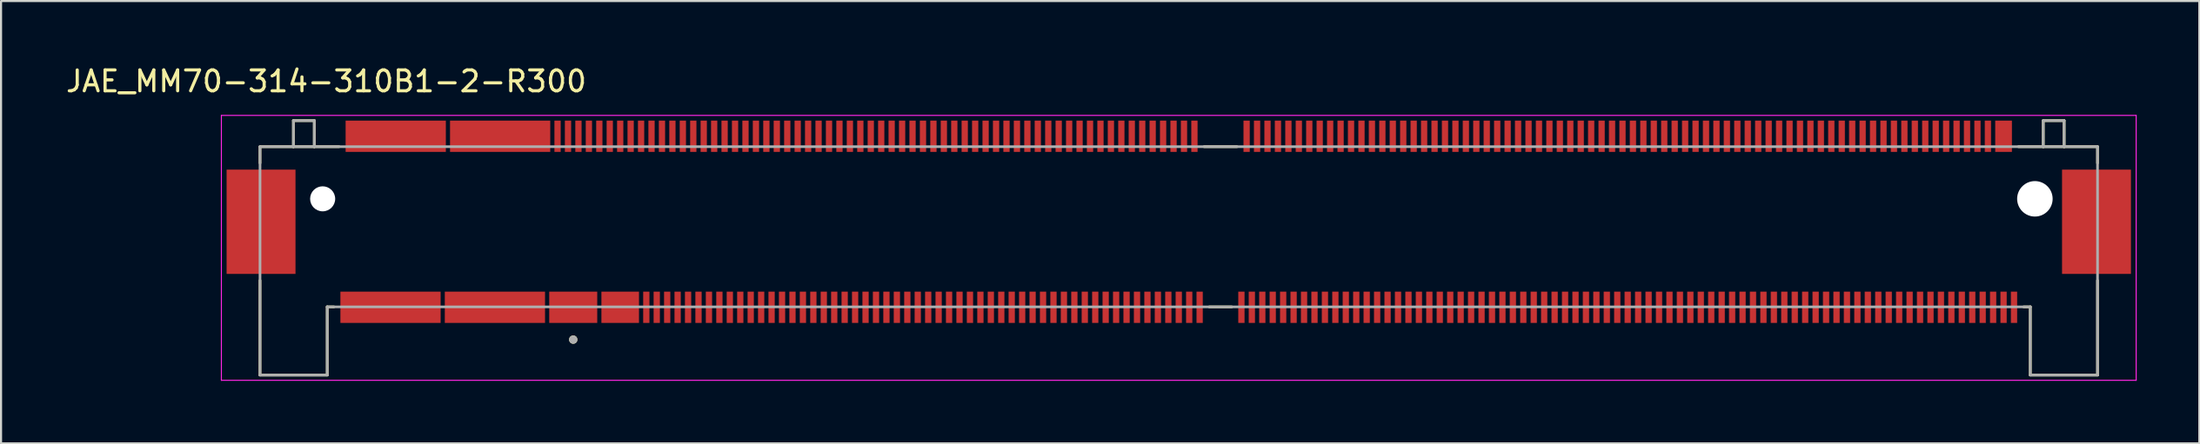
<source format=kicad_pcb>
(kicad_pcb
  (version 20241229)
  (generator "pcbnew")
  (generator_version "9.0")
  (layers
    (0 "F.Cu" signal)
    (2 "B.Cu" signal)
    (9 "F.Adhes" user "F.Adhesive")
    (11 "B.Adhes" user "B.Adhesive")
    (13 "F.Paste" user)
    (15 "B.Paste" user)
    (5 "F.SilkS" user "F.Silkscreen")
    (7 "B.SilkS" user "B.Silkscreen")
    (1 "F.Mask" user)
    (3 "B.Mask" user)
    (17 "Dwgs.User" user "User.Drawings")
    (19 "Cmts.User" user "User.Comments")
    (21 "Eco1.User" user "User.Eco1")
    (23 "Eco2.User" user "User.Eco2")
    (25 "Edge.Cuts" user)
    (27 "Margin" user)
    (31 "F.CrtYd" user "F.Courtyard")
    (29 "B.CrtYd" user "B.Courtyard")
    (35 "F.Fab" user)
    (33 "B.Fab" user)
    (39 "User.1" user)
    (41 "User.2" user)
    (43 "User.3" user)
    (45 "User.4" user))
  (footprint "JAE_MM70-314-310B1-2-R300"
    (layer "F.Cu")
    (at 55.402 6.483)
    (property "Reference" "JAE_MM70-314-310B1-2-R300" (at -42.825 -5.635 0) (layer "F.SilkS") (effects (font (size 1 1) (thickness 0.15))))
    (attr through_hole)
    (fp_line (start -46 -2.5) (end -46 -1.714) (stroke (width 0.127) (type solid)) (layer "F.SilkS"))
    (fp_line (start -46 3.914) (end -46 8.45) (stroke (width 0.127) (type solid)) (layer "F.SilkS"))
    (fp_line (start -46 8.45) (end -42.78 8.45) (stroke (width 0.127) (type solid)) (layer "F.SilkS"))
    (fp_line (start -44.4 -3.75) (end -44.4 -2.5) (stroke (width 0.127) (type solid)) (layer "F.SilkS"))
    (fp_line (start -44.4 -2.5) (end -46 -2.5) (stroke (width 0.127) (type solid)) (layer "F.SilkS"))
    (fp_line (start -43.4 -3.75) (end -44.4 -3.75) (stroke (width 0.127) (type solid)) (layer "F.SilkS"))
    (fp_line (start -43.4 -3.75) (end -43.4 -2.5) (stroke (width 0.127) (type solid)) (layer "F.SilkS"))
    (fp_line (start -43.4 -2.5) (end -44.4 -2.5) (stroke (width 0.127) (type solid)) (layer "F.SilkS"))
    (fp_line (start -42.78 5.18) (end -42.464 5.18) (stroke (width 0.127) (type solid)) (layer "F.SilkS"))
    (fp_line (start -42.78 8.45) (end -42.78 5.18) (stroke (width 0.127) (type solid)) (layer "F.SilkS"))
    (fp_line (start -42.214 -2.5) (end -43.4 -2.5) (stroke (width 0.127) (type solid)) (layer "F.SilkS"))
    (fp_line (start -0.786 -2.5) (end 0.786 -2.5) (stroke (width 0.127) (type solid)) (layer "F.SilkS"))
    (fp_line (start -0.536 5.18) (end 0.536 5.18) (stroke (width 0.127) (type solid)) (layer "F.SilkS"))
    (fp_line (start 38.214 -2.5) (end 39.4 -2.5) (stroke (width 0.127) (type solid)) (layer "F.SilkS"))
    (fp_line (start 38.464 5.18) (end 38.78 5.18) (stroke (width 0.127) (type solid)) (layer "F.SilkS"))
    (fp_line (start 38.78 8.45) (end 38.78 5.18) (stroke (width 0.127) (type solid)) (layer "F.SilkS"))
    (fp_line (start 38.78 8.45) (end 42 8.45) (stroke (width 0.127) (type solid)) (layer "F.SilkS"))
    (fp_line (start 39.4 -3.75) (end 39.4 -2.5) (stroke (width 0.127) (type solid)) (layer "F.SilkS"))
    (fp_line (start 39.4 -3.75) (end 40.4 -3.75) (stroke (width 0.127) (type solid)) (layer "F.SilkS"))
    (fp_line (start 39.4 -2.5) (end 40.4 -2.5) (stroke (width 0.127) (type solid)) (layer "F.SilkS"))
    (fp_line (start 40.4 -3.75) (end 40.4 -2.5) (stroke (width 0.127) (type solid)) (layer "F.SilkS"))
    (fp_line (start 40.4 -2.5) (end 42 -2.5) (stroke (width 0.127) (type solid)) (layer "F.SilkS"))
    (fp_line (start 42 -2.5) (end 42 -1.714) (stroke (width 0.127) (type solid)) (layer "F.SilkS"))
    (fp_line (start 42 8.45) (end 42 3.914) (stroke (width 0.127) (type solid)) (layer "F.SilkS"))
    (fp_circle (center -31 6.75) (end -30.9 6.75) (stroke (width 0.2) (type solid)) (fill no) (layer "F.SilkS"))
    (fp_line (start -47.85 -4) (end 43.85 -4) (stroke (width 0.05) (type solid)) (layer "F.CrtYd"))
    (fp_line (start -47.85 8.7) (end -47.85 -4) (stroke (width 0.05) (type solid)) (layer "F.CrtYd"))
    (fp_line (start 43.85 -4) (end 43.85 8.7) (stroke (width 0.05) (type solid)) (layer "F.CrtYd"))
    (fp_line (start 43.85 8.7) (end -47.85 8.7) (stroke (width 0.05) (type solid)) (layer "F.CrtYd"))
    (fp_line (start -46 -2.5) (end -46 8.45) (stroke (width 0.127) (type solid)) (layer "F.Fab"))
    (fp_line (start -46 8.45) (end -42.78 8.45) (stroke (width 0.127) (type solid)) (layer "F.Fab"))
    (fp_line (start -44.4 -3.75) (end -44.4 -2.5) (stroke (width 0.127) (type solid)) (layer "F.Fab"))
    (fp_line (start -44.4 -2.5) (end -46 -2.5) (stroke (width 0.127) (type solid)) (layer "F.Fab"))
    (fp_line (start -43.4 -3.75) (end -44.4 -3.75) (stroke (width 0.127) (type solid)) (layer "F.Fab"))
    (fp_line (start -43.4 -2.5) (end -44.4 -2.5) (stroke (width 0.127) (type solid)) (layer "F.Fab"))
    (fp_line (start -43.4 -2.5) (end -43.4 -3.75) (stroke (width 0.127) (type solid)) (layer "F.Fab"))
    (fp_line (start -42.78 5.18) (end 38.78 5.18) (stroke (width 0.127) (type solid)) (layer "F.Fab"))
    (fp_line (start -42.78 8.45) (end -42.78 5.18) (stroke (width 0.127) (type solid)) (layer "F.Fab"))
    (fp_line (start 38.78 5.18) (end 38.78 8.45) (stroke (width 0.127) (type solid)) (layer "F.Fab"))
    (fp_line (start 38.78 8.45) (end 42 8.45) (stroke (width 0.127) (type solid)) (layer "F.Fab"))
    (fp_line (start 39.4 -3.75) (end 39.4 -2.5) (stroke (width 0.127) (type solid)) (layer "F.Fab"))
    (fp_line (start 39.4 -2.5) (end -43.4 -2.5) (stroke (width 0.127) (type solid)) (layer "F.Fab"))
    (fp_line (start 40.4 -3.75) (end 39.4 -3.75) (stroke (width 0.127) (type solid)) (layer "F.Fab"))
    (fp_line (start 40.4 -2.5) (end 39.4 -2.5) (stroke (width 0.127) (type solid)) (layer "F.Fab"))
    (fp_line (start 40.4 -2.5) (end 40.4 -3.75) (stroke (width 0.127) (type solid)) (layer "F.Fab"))
    (fp_line (start 42 -2.5) (end 40.4 -2.5) (stroke (width 0.127) (type solid)) (layer "F.Fab"))
    (fp_line (start 42 8.45) (end 42 -2.5) (stroke (width 0.127) (type solid)) (layer "F.Fab"))
    (fp_circle (center -31 6.75) (end -30.9 6.75) (stroke (width 0.2) (type solid)) (fill no) (layer "F.Fab"))
    (pad "" np_thru_hole circle (at -43 0) (size 1.2 1.2) (drill 1.2) (layers "*.Cu" "*.Mask"))
    (pad "" np_thru_hole circle (at 39 0) (size 1.7 1.7) (drill 1.7) (layers "*.Cu" "*.Mask"))
    (pad "1" smd rect (at -31 5.2) (size 2.3 1.5) (layers "F.Cu" "F.Mask" "F.Paste"))
    (pad "2" smd rect (at -31.75 -3) (size 0.3 1.5) (layers "F.Cu" "F.Mask" "F.Paste"))
    (pad "4" smd rect (at -31.25 -3) (size 0.3 1.5) (layers "F.Cu" "F.Mask" "F.Paste"))
    (pad "6" smd rect (at -30.75 -3) (size 0.3 1.5) (layers "F.Cu" "F.Mask" "F.Paste"))
    (pad "8" smd rect (at -30.25 -3) (size 0.3 1.5) (layers "F.Cu" "F.Mask" "F.Paste"))
    (pad "10" smd rect (at -29.75 -3) (size 0.3 1.5) (layers "F.Cu" "F.Mask" "F.Paste"))
    (pad "11" smd rect (at -28.75 5.2) (size 1.8 1.5) (layers "F.Cu" "F.Mask" "F.Paste"))
    (pad "12" smd rect (at -29.25 -3) (size 0.3 1.5) (layers "F.Cu" "F.Mask" "F.Paste"))
    (pad "14" smd rect (at -28.75 -3) (size 0.3 1.5) (layers "F.Cu" "F.Mask" "F.Paste"))
    (pad "16" smd rect (at -28.25 -3) (size 0.3 1.5) (layers "F.Cu" "F.Mask" "F.Paste"))
    (pad "18" smd rect (at -27.75 -3) (size 0.3 1.5) (layers "F.Cu" "F.Mask" "F.Paste"))
    (pad "19" smd rect (at -27.5 5.2) (size 0.3 1.5) (layers "F.Cu" "F.Mask" "F.Paste"))
    (pad "20" smd rect (at -27.25 -3) (size 0.3 1.5) (layers "F.Cu" "F.Mask" "F.Paste"))
    (pad "21" smd rect (at -27 5.2) (size 0.3 1.5) (layers "F.Cu" "F.Mask" "F.Paste"))
    (pad "22" smd rect (at -26.75 -3) (size 0.3 1.5) (layers "F.Cu" "F.Mask" "F.Paste"))
    (pad "23" smd rect (at -26.5 5.2) (size 0.3 1.5) (layers "F.Cu" "F.Mask" "F.Paste"))
    (pad "24" smd rect (at -26.25 -3) (size 0.3 1.5) (layers "F.Cu" "F.Mask" "F.Paste"))
    (pad "25" smd rect (at -26 5.2) (size 0.3 1.5) (layers "F.Cu" "F.Mask" "F.Paste"))
    (pad "26" smd rect (at -25.75 -3) (size 0.3 1.5) (layers "F.Cu" "F.Mask" "F.Paste"))
    (pad "27" smd rect (at -25.5 5.2) (size 0.3 1.5) (layers "F.Cu" "F.Mask" "F.Paste"))
    (pad "28" smd rect (at -25.25 -3) (size 0.3 1.5) (layers "F.Cu" "F.Mask" "F.Paste"))
    (pad "29" smd rect (at -25 5.2) (size 0.3 1.5) (layers "F.Cu" "F.Mask" "F.Paste"))
    (pad "30" smd rect (at -24.75 -3) (size 0.3 1.5) (layers "F.Cu" "F.Mask" "F.Paste"))
    (pad "31" smd rect (at -24.5 5.2) (size 0.3 1.5) (layers "F.Cu" "F.Mask" "F.Paste"))
    (pad "32" smd rect (at -24.25 -3) (size 0.3 1.5) (layers "F.Cu" "F.Mask" "F.Paste"))
    (pad "33" smd rect (at -24 5.2) (size 0.3 1.5) (layers "F.Cu" "F.Mask" "F.Paste"))
    (pad "34" smd rect (at -23.75 -3) (size 0.3 1.5) (layers "F.Cu" "F.Mask" "F.Paste"))
    (pad "35" smd rect (at -23.5 5.2) (size 0.3 1.5) (layers "F.Cu" "F.Mask" "F.Paste"))
    (pad "36" smd rect (at -23.25 -3) (size 0.3 1.5) (layers "F.Cu" "F.Mask" "F.Paste"))
    (pad "37" smd rect (at -23 5.2) (size 0.3 1.5) (layers "F.Cu" "F.Mask" "F.Paste"))
    (pad "38" smd rect (at -22.75 -3) (size 0.3 1.5) (layers "F.Cu" "F.Mask" "F.Paste"))
    (pad "39" smd rect (at -22.5 5.2) (size 0.3 1.5) (layers "F.Cu" "F.Mask" "F.Paste"))
    (pad "40" smd rect (at -22.25 -3) (size 0.3 1.5) (layers "F.Cu" "F.Mask" "F.Paste"))
    (pad "41" smd rect (at -22 5.2) (size 0.3 1.5) (layers "F.Cu" "F.Mask" "F.Paste"))
    (pad "42" smd rect (at -21.75 -3) (size 0.3 1.5) (layers "F.Cu" "F.Mask" "F.Paste"))
    (pad "43" smd rect (at -21.5 5.2) (size 0.3 1.5) (layers "F.Cu" "F.Mask" "F.Paste"))
    (pad "44" smd rect (at -21.25 -3) (size 0.3 1.5) (layers "F.Cu" "F.Mask" "F.Paste"))
    (pad "45" smd rect (at -21 5.2) (size 0.3 1.5) (layers "F.Cu" "F.Mask" "F.Paste"))
    (pad "46" smd rect (at -20.75 -3) (size 0.3 1.5) (layers "F.Cu" "F.Mask" "F.Paste"))
    (pad "47" smd rect (at -20.5 5.2) (size 0.3 1.5) (layers "F.Cu" "F.Mask" "F.Paste"))
    (pad "48" smd rect (at -20.25 -3) (size 0.3 1.5) (layers "F.Cu" "F.Mask" "F.Paste"))
    (pad "49" smd rect (at -20 5.2) (size 0.3 1.5) (layers "F.Cu" "F.Mask" "F.Paste"))
    (pad "50" smd rect (at -19.75 -3) (size 0.3 1.5) (layers "F.Cu" "F.Mask" "F.Paste"))
    (pad "51" smd rect (at -19.5 5.2) (size 0.3 1.5) (layers "F.Cu" "F.Mask" "F.Paste"))
    (pad "52" smd rect (at -19.25 -3) (size 0.3 1.5) (layers "F.Cu" "F.Mask" "F.Paste"))
    (pad "53" smd rect (at -19 5.2) (size 0.3 1.5) (layers "F.Cu" "F.Mask" "F.Paste"))
    (pad "54" smd rect (at -18.75 -3) (size 0.3 1.5) (layers "F.Cu" "F.Mask" "F.Paste"))
    (pad "55" smd rect (at -18.5 5.2) (size 0.3 1.5) (layers "F.Cu" "F.Mask" "F.Paste"))
    (pad "56" smd rect (at -18.25 -3) (size 0.3 1.5) (layers "F.Cu" "F.Mask" "F.Paste"))
    (pad "57" smd rect (at -18 5.2) (size 0.3 1.5) (layers "F.Cu" "F.Mask" "F.Paste"))
    (pad "58" smd rect (at -17.75 -3) (size 0.3 1.5) (layers "F.Cu" "F.Mask" "F.Paste"))
    (pad "59" smd rect (at -17.5 5.2) (size 0.3 1.5) (layers "F.Cu" "F.Mask" "F.Paste"))
    (pad "60" smd rect (at -17.25 -3) (size 0.3 1.5) (layers "F.Cu" "F.Mask" "F.Paste"))
    (pad "61" smd rect (at -17 5.2) (size 0.3 1.5) (layers "F.Cu" "F.Mask" "F.Paste"))
    (pad "62" smd rect (at -16.75 -3) (size 0.3 1.5) (layers "F.Cu" "F.Mask" "F.Paste"))
    (pad "63" smd rect (at -16.5 5.2) (size 0.3 1.5) (layers "F.Cu" "F.Mask" "F.Paste"))
    (pad "64" smd rect (at -16.25 -3) (size 0.3 1.5) (layers "F.Cu" "F.Mask" "F.Paste"))
    (pad "65" smd rect (at -16 5.2) (size 0.3 1.5) (layers "F.Cu" "F.Mask" "F.Paste"))
    (pad "66" smd rect (at -15.75 -3) (size 0.3 1.5) (layers "F.Cu" "F.Mask" "F.Paste"))
    (pad "67" smd rect (at -15.5 5.2) (size 0.3 1.5) (layers "F.Cu" "F.Mask" "F.Paste"))
    (pad "68" smd rect (at -15.25 -3) (size 0.3 1.5) (layers "F.Cu" "F.Mask" "F.Paste"))
    (pad "69" smd rect (at -15 5.2) (size 0.3 1.5) (layers "F.Cu" "F.Mask" "F.Paste"))
    (pad "70" smd rect (at -14.75 -3) (size 0.3 1.5) (layers "F.Cu" "F.Mask" "F.Paste"))
    (pad "71" smd rect (at -14.5 5.2) (size 0.3 1.5) (layers "F.Cu" "F.Mask" "F.Paste"))
    (pad "72" smd rect (at -14.25 -3) (size 0.3 1.5) (layers "F.Cu" "F.Mask" "F.Paste"))
    (pad "73" smd rect (at -14 5.2) (size 0.3 1.5) (layers "F.Cu" "F.Mask" "F.Paste"))
    (pad "74" smd rect (at -13.75 -3) (size 0.3 1.5) (layers "F.Cu" "F.Mask" "F.Paste"))
    (pad "75" smd rect (at -13.5 5.2) (size 0.3 1.5) (layers "F.Cu" "F.Mask" "F.Paste"))
    (pad "76" smd rect (at -13.25 -3) (size 0.3 1.5) (layers "F.Cu" "F.Mask" "F.Paste"))
    (pad "77" smd rect (at -13 5.2) (size 0.3 1.5) (layers "F.Cu" "F.Mask" "F.Paste"))
    (pad "78" smd rect (at -12.75 -3) (size 0.3 1.5) (layers "F.Cu" "F.Mask" "F.Paste"))
    (pad "79" smd rect (at -12.5 5.2) (size 0.3 1.5) (layers "F.Cu" "F.Mask" "F.Paste"))
    (pad "80" smd rect (at -12.25 -3) (size 0.3 1.5) (layers "F.Cu" "F.Mask" "F.Paste"))
    (pad "81" smd rect (at -12 5.2) (size 0.3 1.5) (layers "F.Cu" "F.Mask" "F.Paste"))
    (pad "82" smd rect (at -11.75 -3) (size 0.3 1.5) (layers "F.Cu" "F.Mask" "F.Paste"))
    (pad "83" smd rect (at -11.5 5.2) (size 0.3 1.5) (layers "F.Cu" "F.Mask" "F.Paste"))
    (pad "84" smd rect (at -11.25 -3) (size 0.3 1.5) (layers "F.Cu" "F.Mask" "F.Paste"))
    (pad "85" smd rect (at -11 5.2) (size 0.3 1.5) (layers "F.Cu" "F.Mask" "F.Paste"))
    (pad "86" smd rect (at -10.75 -3) (size 0.3 1.5) (layers "F.Cu" "F.Mask" "F.Paste"))
    (pad "87" smd rect (at -10.5 5.2) (size 0.3 1.5) (layers "F.Cu" "F.Mask" "F.Paste"))
    (pad "88" smd rect (at -10.25 -3) (size 0.3 1.5) (layers "F.Cu" "F.Mask" "F.Paste"))
    (pad "89" smd rect (at -10 5.2) (size 0.3 1.5) (layers "F.Cu" "F.Mask" "F.Paste"))
    (pad "90" smd rect (at -9.75 -3) (size 0.3 1.5) (layers "F.Cu" "F.Mask" "F.Paste"))
    (pad "91" smd rect (at -9.5 5.2) (size 0.3 1.5) (layers "F.Cu" "F.Mask" "F.Paste"))
    (pad "92" smd rect (at -9.25 -3) (size 0.3 1.5) (layers "F.Cu" "F.Mask" "F.Paste"))
    (pad "93" smd rect (at -9 5.2) (size 0.3 1.5) (layers "F.Cu" "F.Mask" "F.Paste"))
    (pad "94" smd rect (at -8.75 -3) (size 0.3 1.5) (layers "F.Cu" "F.Mask" "F.Paste"))
    (pad "95" smd rect (at -8.5 5.2) (size 0.3 1.5) (layers "F.Cu" "F.Mask" "F.Paste"))
    (pad "96" smd rect (at -8.25 -3) (size 0.3 1.5) (layers "F.Cu" "F.Mask" "F.Paste"))
    (pad "97" smd rect (at -8 5.2) (size 0.3 1.5) (layers "F.Cu" "F.Mask" "F.Paste"))
    (pad "98" smd rect (at -7.75 -3) (size 0.3 1.5) (layers "F.Cu" "F.Mask" "F.Paste"))
    (pad "99" smd rect (at -7.5 5.2) (size 0.3 1.5) (layers "F.Cu" "F.Mask" "F.Paste"))
    (pad "100" smd rect (at -7.25 -3) (size 0.3 1.5) (layers "F.Cu" "F.Mask" "F.Paste"))
    (pad "101" smd rect (at -7 5.2) (size 0.3 1.5) (layers "F.Cu" "F.Mask" "F.Paste"))
    (pad "102" smd rect (at -6.75 -3) (size 0.3 1.5) (layers "F.Cu" "F.Mask" "F.Paste"))
    (pad "103" smd rect (at -6.5 5.2) (size 0.3 1.5) (layers "F.Cu" "F.Mask" "F.Paste"))
    (pad "104" smd rect (at -6.25 -3) (size 0.3 1.5) (layers "F.Cu" "F.Mask" "F.Paste"))
    (pad "105" smd rect (at -6 5.2) (size 0.3 1.5) (layers "F.Cu" "F.Mask" "F.Paste"))
    (pad "106" smd rect (at -5.75 -3) (size 0.3 1.5) (layers "F.Cu" "F.Mask" "F.Paste"))
    (pad "107" smd rect (at -5.5 5.2) (size 0.3 1.5) (layers "F.Cu" "F.Mask" "F.Paste"))
    (pad "108" smd rect (at -5.25 -3) (size 0.3 1.5) (layers "F.Cu" "F.Mask" "F.Paste"))
    (pad "109" smd rect (at -5 5.2) (size 0.3 1.5) (layers "F.Cu" "F.Mask" "F.Paste"))
    (pad "110" smd rect (at -4.75 -3) (size 0.3 1.5) (layers "F.Cu" "F.Mask" "F.Paste"))
    (pad "111" smd rect (at -4.5 5.2) (size 0.3 1.5) (layers "F.Cu" "F.Mask" "F.Paste"))
    (pad "112" smd rect (at -4.25 -3) (size 0.3 1.5) (layers "F.Cu" "F.Mask" "F.Paste"))
    (pad "113" smd rect (at -4 5.2) (size 0.3 1.5) (layers "F.Cu" "F.Mask" "F.Paste"))
    (pad "114" smd rect (at -3.75 -3) (size 0.3 1.5) (layers "F.Cu" "F.Mask" "F.Paste"))
    (pad "115" smd rect (at -3.5 5.2) (size 0.3 1.5) (layers "F.Cu" "F.Mask" "F.Paste"))
    (pad "116" smd rect (at -3.25 -3) (size 0.3 1.5) (layers "F.Cu" "F.Mask" "F.Paste"))
    (pad "117" smd rect (at -3 5.2) (size 0.3 1.5) (layers "F.Cu" "F.Mask" "F.Paste"))
    (pad "118" smd rect (at -2.75 -3) (size 0.3 1.5) (layers "F.Cu" "F.Mask" "F.Paste"))
    (pad "119" smd rect (at -2.5 5.2) (size 0.3 1.5) (layers "F.Cu" "F.Mask" "F.Paste"))
    (pad "120" smd rect (at -2.25 -3) (size 0.3 1.5) (layers "F.Cu" "F.Mask" "F.Paste"))
    (pad "121" smd rect (at -2 5.2) (size 0.3 1.5) (layers "F.Cu" "F.Mask" "F.Paste"))
    (pad "122" smd rect (at -1.75 -3) (size 0.3 1.5) (layers "F.Cu" "F.Mask" "F.Paste"))
    (pad "123" smd rect (at -1.5 5.2) (size 0.3 1.5) (layers "F.Cu" "F.Mask" "F.Paste"))
    (pad "124" smd rect (at -1.25 -3) (size 0.3 1.5) (layers "F.Cu" "F.Mask" "F.Paste"))
    (pad "125" smd rect (at -1 5.2) (size 0.3 1.5) (layers "F.Cu" "F.Mask" "F.Paste"))
    (pad "133" smd rect (at 1 5.2) (size 0.3 1.5) (layers "F.Cu" "F.Mask" "F.Paste"))
    (pad "134" smd rect (at 1.25 -3) (size 0.3 1.5) (layers "F.Cu" "F.Mask" "F.Paste"))
    (pad "135" smd rect (at 1.5 5.2) (size 0.3 1.5) (layers "F.Cu" "F.Mask" "F.Paste"))
    (pad "136" smd rect (at 1.75 -3) (size 0.3 1.5) (layers "F.Cu" "F.Mask" "F.Paste"))
    (pad "137" smd rect (at 2 5.2) (size 0.3 1.5) (layers "F.Cu" "F.Mask" "F.Paste"))
    (pad "138" smd rect (at 2.25 -3) (size 0.3 1.5) (layers "F.Cu" "F.Mask" "F.Paste"))
    (pad "139" smd rect (at 2.5 5.2) (size 0.3 1.5) (layers "F.Cu" "F.Mask" "F.Paste"))
    (pad "140" smd rect (at 2.75 -3) (size 0.3 1.5) (layers "F.Cu" "F.Mask" "F.Paste"))
    (pad "141" smd rect (at 3 5.2) (size 0.3 1.5) (layers "F.Cu" "F.Mask" "F.Paste"))
    (pad "142" smd rect (at 3.25 -3) (size 0.3 1.5) (layers "F.Cu" "F.Mask" "F.Paste"))
    (pad "143" smd rect (at 3.5 5.2) (size 0.3 1.5) (layers "F.Cu" "F.Mask" "F.Paste"))
    (pad "144" smd rect (at 3.75 -3) (size 0.3 1.5) (layers "F.Cu" "F.Mask" "F.Paste"))
    (pad "145" smd rect (at 4 5.2) (size 0.3 1.5) (layers "F.Cu" "F.Mask" "F.Paste"))
    (pad "146" smd rect (at 4.25 -3) (size 0.3 1.5) (layers "F.Cu" "F.Mask" "F.Paste"))
    (pad "147" smd rect (at 4.5 5.2) (size 0.3 1.5) (layers "F.Cu" "F.Mask" "F.Paste"))
    (pad "148" smd rect (at 4.75 -3) (size 0.3 1.5) (layers "F.Cu" "F.Mask" "F.Paste"))
    (pad "149" smd rect (at 5 5.2) (size 0.3 1.5) (layers "F.Cu" "F.Mask" "F.Paste"))
    (pad "150" smd rect (at 5.25 -3) (size 0.3 1.5) (layers "F.Cu" "F.Mask" "F.Paste"))
    (pad "151" smd rect (at 5.5 5.2) (size 0.3 1.5) (layers "F.Cu" "F.Mask" "F.Paste"))
    (pad "152" smd rect (at 5.75 -3) (size 0.3 1.5) (layers "F.Cu" "F.Mask" "F.Paste"))
    (pad "153" smd rect (at 6 5.2) (size 0.3 1.5) (layers "F.Cu" "F.Mask" "F.Paste"))
    (pad "154" smd rect (at 6.25 -3) (size 0.3 1.5) (layers "F.Cu" "F.Mask" "F.Paste"))
    (pad "155" smd rect (at 6.5 5.2) (size 0.3 1.5) (layers "F.Cu" "F.Mask" "F.Paste"))
    (pad "156" smd rect (at 6.75 -3) (size 0.3 1.5) (layers "F.Cu" "F.Mask" "F.Paste"))
    (pad "157" smd rect (at 7 5.2) (size 0.3 1.5) (layers "F.Cu" "F.Mask" "F.Paste"))
    (pad "158" smd rect (at 7.25 -3) (size 0.3 1.5) (layers "F.Cu" "F.Mask" "F.Paste"))
    (pad "159" smd rect (at 7.5 5.2) (size 0.3 1.5) (layers "F.Cu" "F.Mask" "F.Paste"))
    (pad "160" smd rect (at 7.75 -3) (size 0.3 1.5) (layers "F.Cu" "F.Mask" "F.Paste"))
    (pad "161" smd rect (at 8 5.2) (size 0.3 1.5) (layers "F.Cu" "F.Mask" "F.Paste"))
    (pad "162" smd rect (at 8.25 -3) (size 0.3 1.5) (layers "F.Cu" "F.Mask" "F.Paste"))
    (pad "163" smd rect (at 8.5 5.2) (size 0.3 1.5) (layers "F.Cu" "F.Mask" "F.Paste"))
    (pad "164" smd rect (at 8.75 -3) (size 0.3 1.5) (layers "F.Cu" "F.Mask" "F.Paste"))
    (pad "165" smd rect (at 9 5.2) (size 0.3 1.5) (layers "F.Cu" "F.Mask" "F.Paste"))
    (pad "166" smd rect (at 9.25 -3) (size 0.3 1.5) (layers "F.Cu" "F.Mask" "F.Paste"))
    (pad "167" smd rect (at 9.5 5.2) (size 0.3 1.5) (layers "F.Cu" "F.Mask" "F.Paste"))
    (pad "168" smd rect (at 9.75 -3) (size 0.3 1.5) (layers "F.Cu" "F.Mask" "F.Paste"))
    (pad "169" smd rect (at 10 5.2) (size 0.3 1.5) (layers "F.Cu" "F.Mask" "F.Paste"))
    (pad "170" smd rect (at 10.25 -3) (size 0.3 1.5) (layers "F.Cu" "F.Mask" "F.Paste"))
    (pad "171" smd rect (at 10.5 5.2) (size 0.3 1.5) (layers "F.Cu" "F.Mask" "F.Paste"))
    (pad "172" smd rect (at 10.75 -3) (size 0.3 1.5) (layers "F.Cu" "F.Mask" "F.Paste"))
    (pad "173" smd rect (at 11 5.2) (size 0.3 1.5) (layers "F.Cu" "F.Mask" "F.Paste"))
    (pad "174" smd rect (at 11.25 -3) (size 0.3 1.5) (layers "F.Cu" "F.Mask" "F.Paste"))
    (pad "175" smd rect (at 11.5 5.2) (size 0.3 1.5) (layers "F.Cu" "F.Mask" "F.Paste"))
    (pad "176" smd rect (at 11.75 -3) (size 0.3 1.5) (layers "F.Cu" "F.Mask" "F.Paste"))
    (pad "177" smd rect (at 12 5.2) (size 0.3 1.5) (layers "F.Cu" "F.Mask" "F.Paste"))
    (pad "178" smd rect (at 12.25 -3) (size 0.3 1.5) (layers "F.Cu" "F.Mask" "F.Paste"))
    (pad "179" smd rect (at 12.5 5.2) (size 0.3 1.5) (layers "F.Cu" "F.Mask" "F.Paste"))
    (pad "180" smd rect (at 12.75 -3) (size 0.3 1.5) (layers "F.Cu" "F.Mask" "F.Paste"))
    (pad "181" smd rect (at 13 5.2) (size 0.3 1.5) (layers "F.Cu" "F.Mask" "F.Paste"))
    (pad "182" smd rect (at 13.25 -3) (size 0.3 1.5) (layers "F.Cu" "F.Mask" "F.Paste"))
    (pad "183" smd rect (at 13.5 5.2) (size 0.3 1.5) (layers "F.Cu" "F.Mask" "F.Paste"))
    (pad "184" smd rect (at 13.75 -3) (size 0.3 1.5) (layers "F.Cu" "F.Mask" "F.Paste"))
    (pad "185" smd rect (at 14 5.2) (size 0.3 1.5) (layers "F.Cu" "F.Mask" "F.Paste"))
    (pad "186" smd rect (at 14.25 -3) (size 0.3 1.5) (layers "F.Cu" "F.Mask" "F.Paste"))
    (pad "187" smd rect (at 14.5 5.2) (size 0.3 1.5) (layers "F.Cu" "F.Mask" "F.Paste"))
    (pad "188" smd rect (at 14.75 -3) (size 0.3 1.5) (layers "F.Cu" "F.Mask" "F.Paste"))
    (pad "189" smd rect (at 15 5.2) (size 0.3 1.5) (layers "F.Cu" "F.Mask" "F.Paste"))
    (pad "190" smd rect (at 15.25 -3) (size 0.3 1.5) (layers "F.Cu" "F.Mask" "F.Paste"))
    (pad "191" smd rect (at 15.5 5.2) (size 0.3 1.5) (layers "F.Cu" "F.Mask" "F.Paste"))
    (pad "192" smd rect (at 15.75 -3) (size 0.3 1.5) (layers "F.Cu" "F.Mask" "F.Paste"))
    (pad "193" smd rect (at 16 5.2) (size 0.3 1.5) (layers "F.Cu" "F.Mask" "F.Paste"))
    (pad "194" smd rect (at 16.25 -3) (size 0.3 1.5) (layers "F.Cu" "F.Mask" "F.Paste"))
    (pad "195" smd rect (at 16.5 5.2) (size 0.3 1.5) (layers "F.Cu" "F.Mask" "F.Paste"))
    (pad "196" smd rect (at 16.75 -3) (size 0.3 1.5) (layers "F.Cu" "F.Mask" "F.Paste"))
    (pad "197" smd rect (at 17 5.2) (size 0.3 1.5) (layers "F.Cu" "F.Mask" "F.Paste"))
    (pad "198" smd rect (at 17.25 -3) (size 0.3 1.5) (layers "F.Cu" "F.Mask" "F.Paste"))
    (pad "199" smd rect (at 17.5 5.2) (size 0.3 1.5) (layers "F.Cu" "F.Mask" "F.Paste"))
    (pad "200" smd rect (at 17.75 -3) (size 0.3 1.5) (layers "F.Cu" "F.Mask" "F.Paste"))
    (pad "201" smd rect (at 18 5.2) (size 0.3 1.5) (layers "F.Cu" "F.Mask" "F.Paste"))
    (pad "202" smd rect (at 18.25 -3) (size 0.3 1.5) (layers "F.Cu" "F.Mask" "F.Paste"))
    (pad "203" smd rect (at 18.5 5.2) (size 0.3 1.5) (layers "F.Cu" "F.Mask" "F.Paste"))
    (pad "204" smd rect (at 18.75 -3) (size 0.3 1.5) (layers "F.Cu" "F.Mask" "F.Paste"))
    (pad "205" smd rect (at 19 5.2) (size 0.3 1.5) (layers "F.Cu" "F.Mask" "F.Paste"))
    (pad "206" smd rect (at 19.25 -3) (size 0.3 1.5) (layers "F.Cu" "F.Mask" "F.Paste"))
    (pad "207" smd rect (at 19.5 5.2) (size 0.3 1.5) (layers "F.Cu" "F.Mask" "F.Paste"))
    (pad "208" smd rect (at 19.75 -3) (size 0.3 1.5) (layers "F.Cu" "F.Mask" "F.Paste"))
    (pad "209" smd rect (at 20 5.2) (size 0.3 1.5) (layers "F.Cu" "F.Mask" "F.Paste"))
    (pad "210" smd rect (at 20.25 -3) (size 0.3 1.5) (layers "F.Cu" "F.Mask" "F.Paste"))
    (pad "211" smd rect (at 20.5 5.2) (size 0.3 1.5) (layers "F.Cu" "F.Mask" "F.Paste"))
    (pad "212" smd rect (at 20.75 -3) (size 0.3 1.5) (layers "F.Cu" "F.Mask" "F.Paste"))
    (pad "213" smd rect (at 21 5.2) (size 0.3 1.5) (layers "F.Cu" "F.Mask" "F.Paste"))
    (pad "214" smd rect (at 21.25 -3) (size 0.3 1.5) (layers "F.Cu" "F.Mask" "F.Paste"))
    (pad "215" smd rect (at 21.5 5.2) (size 0.3 1.5) (layers "F.Cu" "F.Mask" "F.Paste"))
    (pad "216" smd rect (at 21.75 -3) (size 0.3 1.5) (layers "F.Cu" "F.Mask" "F.Paste"))
    (pad "217" smd rect (at 22 5.2) (size 0.3 1.5) (layers "F.Cu" "F.Mask" "F.Paste"))
    (pad "218" smd rect (at 22.25 -3) (size 0.3 1.5) (layers "F.Cu" "F.Mask" "F.Paste"))
    (pad "219" smd rect (at 22.5 5.2) (size 0.3 1.5) (layers "F.Cu" "F.Mask" "F.Paste"))
    (pad "220" smd rect (at 22.75 -3) (size 0.3 1.5) (layers "F.Cu" "F.Mask" "F.Paste"))
    (pad "221" smd rect (at 23 5.2) (size 0.3 1.5) (layers "F.Cu" "F.Mask" "F.Paste"))
    (pad "222" smd rect (at 23.25 -3) (size 0.3 1.5) (layers "F.Cu" "F.Mask" "F.Paste"))
    (pad "223" smd rect (at 23.5 5.2) (size 0.3 1.5) (layers "F.Cu" "F.Mask" "F.Paste"))
    (pad "224" smd rect (at 23.75 -3) (size 0.3 1.5) (layers "F.Cu" "F.Mask" "F.Paste"))
    (pad "225" smd rect (at 24 5.2) (size 0.3 1.5) (layers "F.Cu" "F.Mask" "F.Paste"))
    (pad "226" smd rect (at 24.25 -3) (size 0.3 1.5) (layers "F.Cu" "F.Mask" "F.Paste"))
    (pad "227" smd rect (at 24.5 5.2) (size 0.3 1.5) (layers "F.Cu" "F.Mask" "F.Paste"))
    (pad "228" smd rect (at 24.75 -3) (size 0.3 1.5) (layers "F.Cu" "F.Mask" "F.Paste"))
    (pad "229" smd rect (at 25 5.2) (size 0.3 1.5) (layers "F.Cu" "F.Mask" "F.Paste"))
    (pad "230" smd rect (at 25.25 -3) (size 0.3 1.5) (layers "F.Cu" "F.Mask" "F.Paste"))
    (pad "231" smd rect (at 25.5 5.2) (size 0.3 1.5) (layers "F.Cu" "F.Mask" "F.Paste"))
    (pad "232" smd rect (at 25.75 -3) (size 0.3 1.5) (layers "F.Cu" "F.Mask" "F.Paste"))
    (pad "233" smd rect (at 26 5.2) (size 0.3 1.5) (layers "F.Cu" "F.Mask" "F.Paste"))
    (pad "234" smd rect (at 26.25 -3) (size 0.3 1.5) (layers "F.Cu" "F.Mask" "F.Paste"))
    (pad "235" smd rect (at 26.5 5.2) (size 0.3 1.5) (layers "F.Cu" "F.Mask" "F.Paste"))
    (pad "236" smd rect (at 26.75 -3) (size 0.3 1.5) (layers "F.Cu" "F.Mask" "F.Paste"))
    (pad "237" smd rect (at 27 5.2) (size 0.3 1.5) (layers "F.Cu" "F.Mask" "F.Paste"))
    (pad "238" smd rect (at 27.25 -3) (size 0.3 1.5) (layers "F.Cu" "F.Mask" "F.Paste"))
    (pad "239" smd rect (at 27.5 5.2) (size 0.3 1.5) (layers "F.Cu" "F.Mask" "F.Paste"))
    (pad "240" smd rect (at 27.75 -3) (size 0.3 1.5) (layers "F.Cu" "F.Mask" "F.Paste"))
    (pad "241" smd rect (at 28 5.2) (size 0.3 1.5) (layers "F.Cu" "F.Mask" "F.Paste"))
    (pad "242" smd rect (at 28.25 -3) (size 0.3 1.5) (layers "F.Cu" "F.Mask" "F.Paste"))
    (pad "243" smd rect (at 28.5 5.2) (size 0.3 1.5) (layers "F.Cu" "F.Mask" "F.Paste"))
    (pad "244" smd rect (at 28.75 -3) (size 0.3 1.5) (layers "F.Cu" "F.Mask" "F.Paste"))
    (pad "245" smd rect (at 29 5.2) (size 0.3 1.5) (layers "F.Cu" "F.Mask" "F.Paste"))
    (pad "246" smd rect (at 29.25 -3) (size 0.3 1.5) (layers "F.Cu" "F.Mask" "F.Paste"))
    (pad "247" smd rect (at 29.5 5.2) (size 0.3 1.5) (layers "F.Cu" "F.Mask" "F.Paste"))
    (pad "248" smd rect (at 29.75 -3) (size 0.3 1.5) (layers "F.Cu" "F.Mask" "F.Paste"))
    (pad "249" smd rect (at 30 5.2) (size 0.3 1.5) (layers "F.Cu" "F.Mask" "F.Paste"))
    (pad "250" smd rect (at 30.25 -3) (size 0.3 1.5) (layers "F.Cu" "F.Mask" "F.Paste"))
    (pad "251" smd rect (at 30.5 5.2) (size 0.3 1.5) (layers "F.Cu" "F.Mask" "F.Paste"))
    (pad "252" smd rect (at 30.75 -3) (size 0.3 1.5) (layers "F.Cu" "F.Mask" "F.Paste"))
    (pad "253" smd rect (at 31 5.2) (size 0.3 1.5) (layers "F.Cu" "F.Mask" "F.Paste"))
    (pad "254" smd rect (at 31.25 -3) (size 0.3 1.5) (layers "F.Cu" "F.Mask" "F.Paste"))
    (pad "255" smd rect (at 31.5 5.2) (size 0.3 1.5) (layers "F.Cu" "F.Mask" "F.Paste"))
    (pad "256" smd rect (at 31.75 -3) (size 0.3 1.5) (layers "F.Cu" "F.Mask" "F.Paste"))
    (pad "257" smd rect (at 32 5.2) (size 0.3 1.5) (layers "F.Cu" "F.Mask" "F.Paste"))
    (pad "258" smd rect (at 32.25 -3) (size 0.3 1.5) (layers "F.Cu" "F.Mask" "F.Paste"))
    (pad "259" smd rect (at 32.5 5.2) (size 0.3 1.5) (layers "F.Cu" "F.Mask" "F.Paste"))
    (pad "260" smd rect (at 32.75 -3) (size 0.3 1.5) (layers "F.Cu" "F.Mask" "F.Paste"))
    (pad "261" smd rect (at 33 5.2) (size 0.3 1.5) (layers "F.Cu" "F.Mask" "F.Paste"))
    (pad "262" smd rect (at 33.25 -3) (size 0.3 1.5) (layers "F.Cu" "F.Mask" "F.Paste"))
    (pad "263" smd rect (at 33.5 5.2) (size 0.3 1.5) (layers "F.Cu" "F.Mask" "F.Paste"))
    (pad "264" smd rect (at 33.75 -3) (size 0.3 1.5) (layers "F.Cu" "F.Mask" "F.Paste"))
    (pad "265" smd rect (at 34 5.2) (size 0.3 1.5) (layers "F.Cu" "F.Mask" "F.Paste"))
    (pad "266" smd rect (at 34.25 -3) (size 0.3 1.5) (layers "F.Cu" "F.Mask" "F.Paste"))
    (pad "267" smd rect (at 34.5 5.2) (size 0.3 1.5) (layers "F.Cu" "F.Mask" "F.Paste"))
    (pad "268" smd rect (at 34.75 -3) (size 0.3 1.5) (layers "F.Cu" "F.Mask" "F.Paste"))
    (pad "269" smd rect (at 35 5.2) (size 0.3 1.5) (layers "F.Cu" "F.Mask" "F.Paste"))
    (pad "270" smd rect (at 35.25 -3) (size 0.3 1.5) (layers "F.Cu" "F.Mask" "F.Paste"))
    (pad "271" smd rect (at 35.5 5.2) (size 0.3 1.5) (layers "F.Cu" "F.Mask" "F.Paste"))
    (pad "272" smd rect (at 35.75 -3) (size 0.3 1.5) (layers "F.Cu" "F.Mask" "F.Paste"))
    (pad "273" smd rect (at 36 5.2) (size 0.3 1.5) (layers "F.Cu" "F.Mask" "F.Paste"))
    (pad "274" smd rect (at 36.25 -3) (size 0.3 1.5) (layers "F.Cu" "F.Mask" "F.Paste"))
    (pad "275" smd rect (at 36.5 5.2) (size 0.3 1.5) (layers "F.Cu" "F.Mask" "F.Paste"))
    (pad "276" smd rect (at 36.75 -3) (size 0.3 1.5) (layers "F.Cu" "F.Mask" "F.Paste"))
    (pad "277" smd rect (at 37 5.2) (size 0.3 1.5) (layers "F.Cu" "F.Mask" "F.Paste"))
    (pad "278" smd rect (at 37.5 -3) (size 0.8 1.5) (layers "F.Cu" "F.Mask" "F.Paste"))
    (pad "279" smd rect (at 37.5 5.2) (size 0.3 1.5) (layers "F.Cu" "F.Mask" "F.Paste"))
    (pad "281" smd rect (at 38 5.2) (size 0.3 1.5) (layers "F.Cu" "F.Mask" "F.Paste"))
    (pad "E1" smd rect (at -39.75 5.2) (size 4.8 1.5) (layers "F.Cu" "F.Mask" "F.Paste"))
    (pad "E2" smd rect (at -39.5 -3) (size 4.8 1.5) (layers "F.Cu" "F.Mask" "F.Paste"))
    (pad "E3" smd rect (at -34.75 5.2) (size 4.8 1.5) (layers "F.Cu" "F.Mask" "F.Paste"))
    (pad "E4" smd rect (at -34.5 -3) (size 4.8 1.5) (layers "F.Cu" "F.Mask" "F.Paste"))
    (pad "S1" smd rect (at -45.95 1.1) (size 3.3 5) (layers "F.Cu" "F.Mask" "F.Paste"))
    (pad "S2" smd rect (at 41.95 1.1) (size 3.3 5) (layers "F.Cu" "F.Mask" "F.Paste")))
  (gr_rect
    (start -3 -3)
    (end 102.277 18.208)
    (stroke (width 0.1) (type default))
    (fill no)
    (layer "Edge.Cuts")))
</source>
